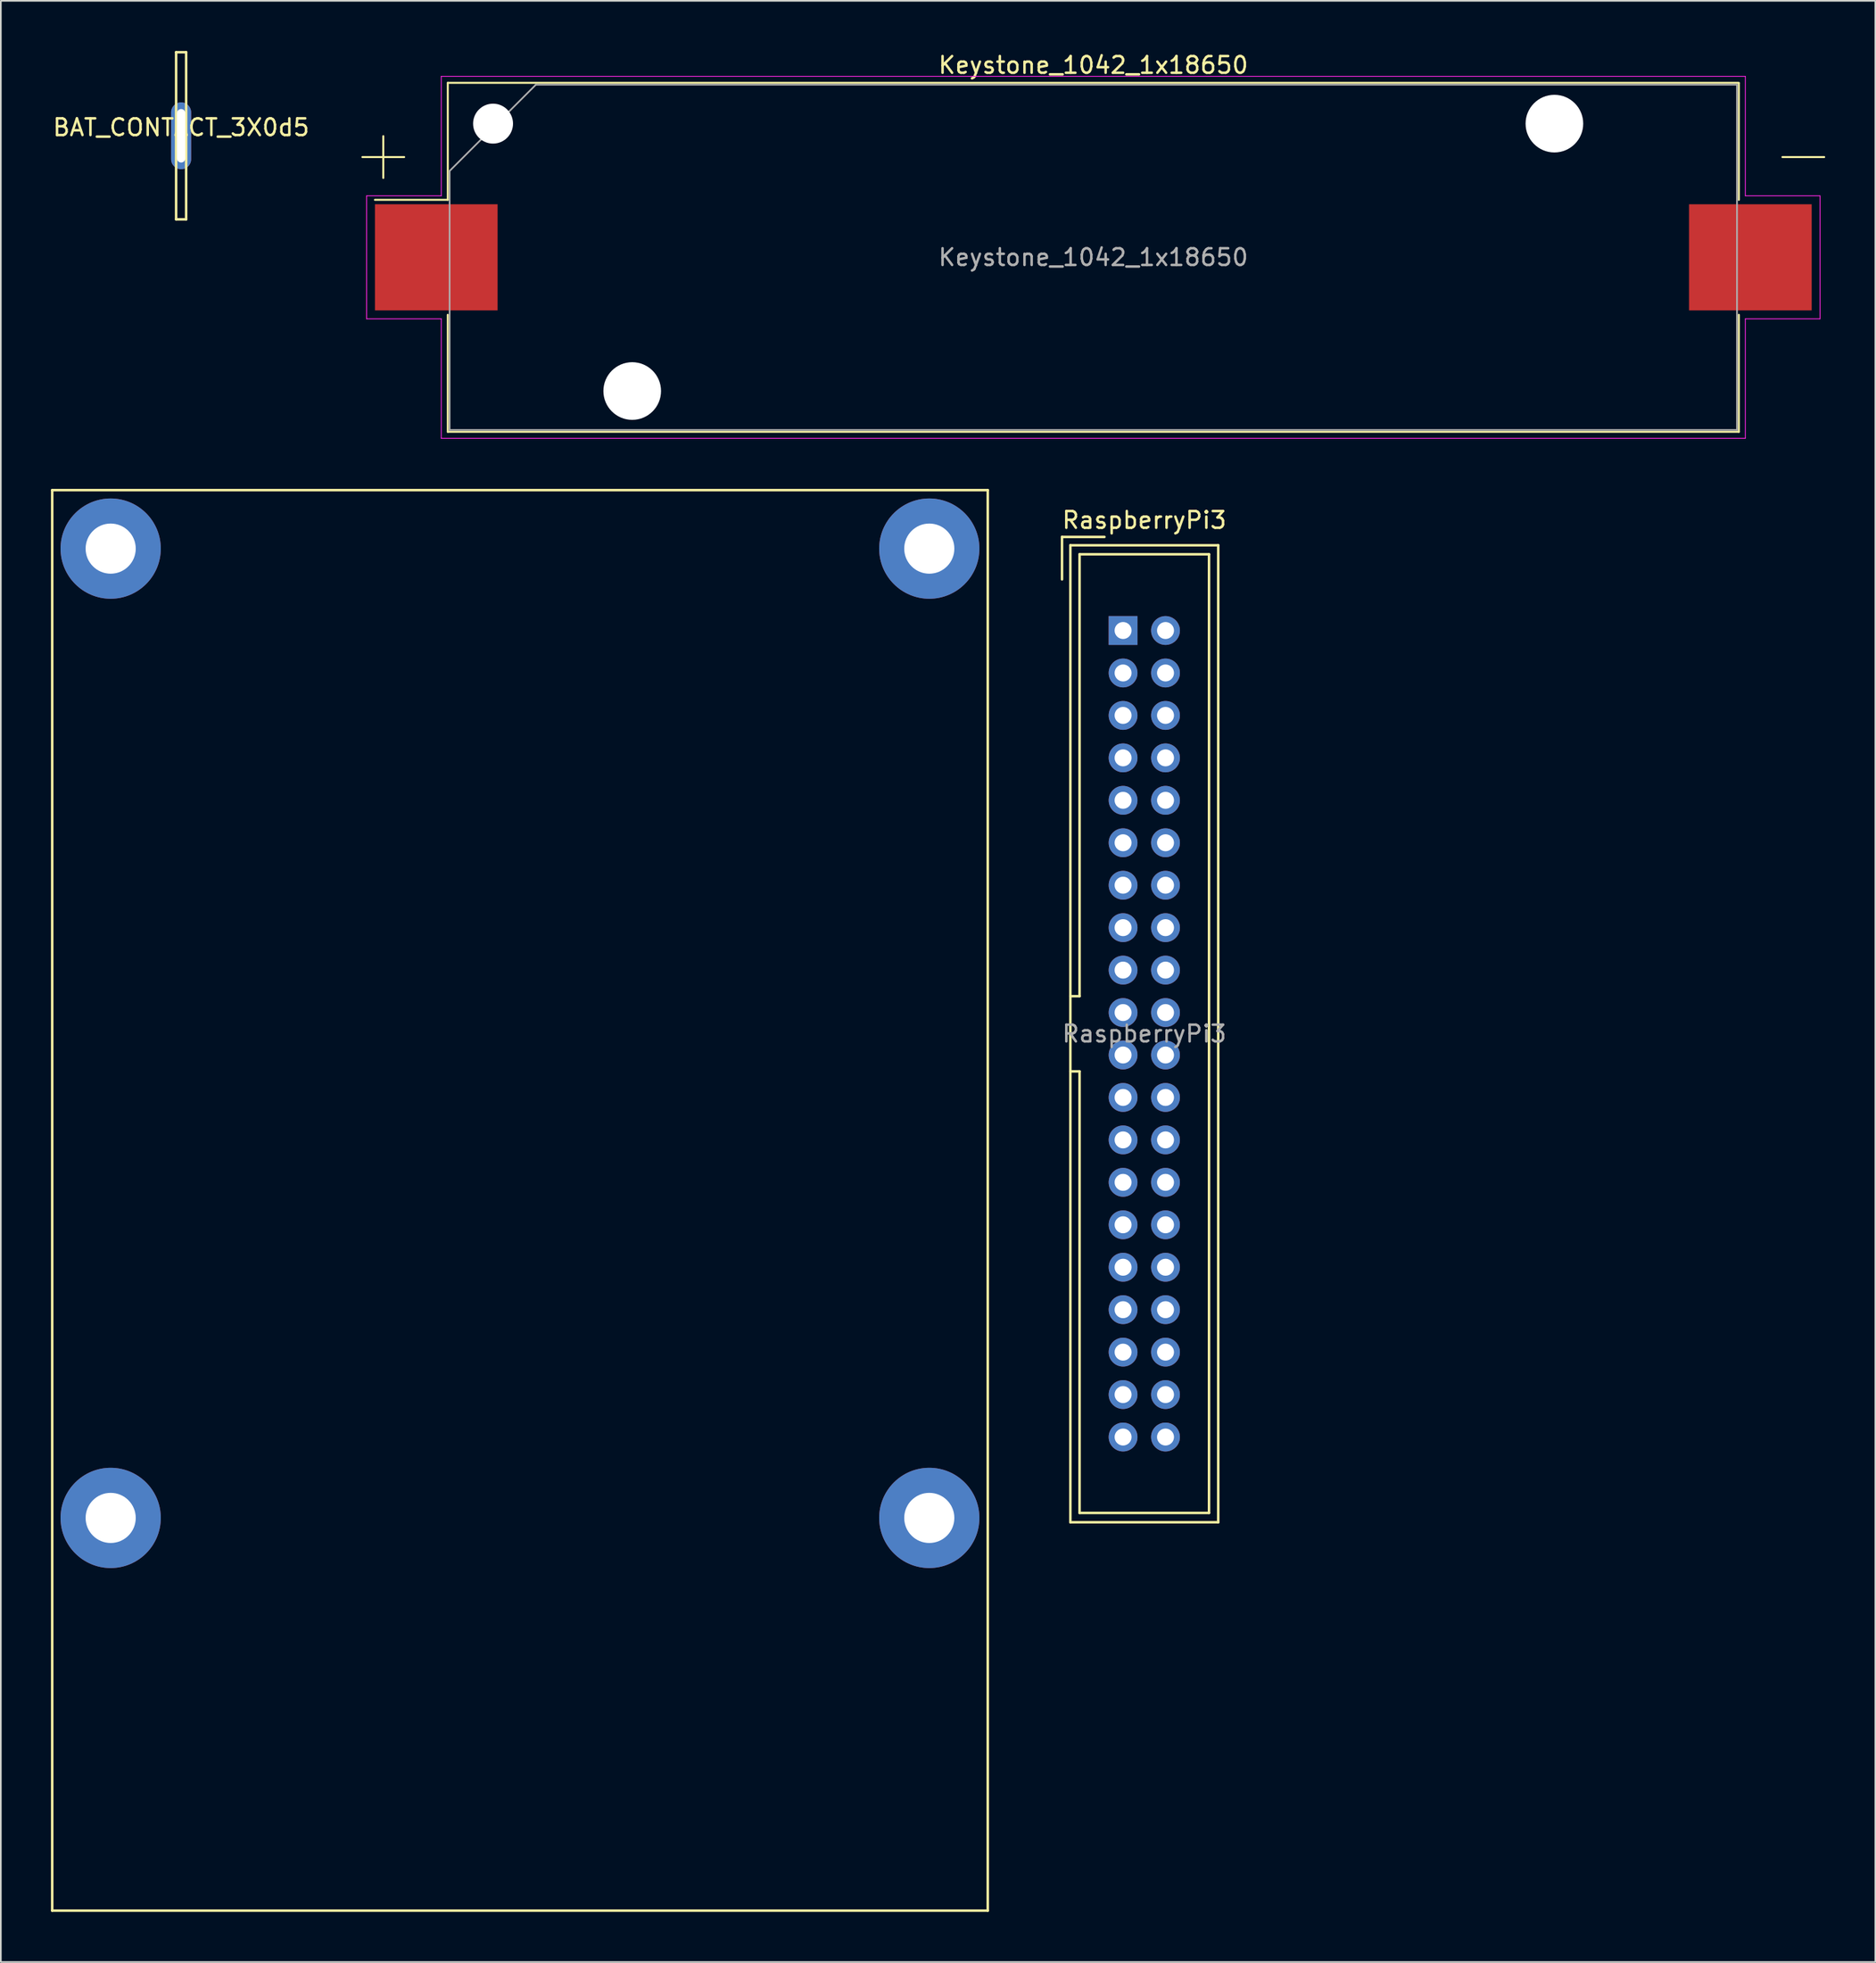
<source format=kicad_pcb>
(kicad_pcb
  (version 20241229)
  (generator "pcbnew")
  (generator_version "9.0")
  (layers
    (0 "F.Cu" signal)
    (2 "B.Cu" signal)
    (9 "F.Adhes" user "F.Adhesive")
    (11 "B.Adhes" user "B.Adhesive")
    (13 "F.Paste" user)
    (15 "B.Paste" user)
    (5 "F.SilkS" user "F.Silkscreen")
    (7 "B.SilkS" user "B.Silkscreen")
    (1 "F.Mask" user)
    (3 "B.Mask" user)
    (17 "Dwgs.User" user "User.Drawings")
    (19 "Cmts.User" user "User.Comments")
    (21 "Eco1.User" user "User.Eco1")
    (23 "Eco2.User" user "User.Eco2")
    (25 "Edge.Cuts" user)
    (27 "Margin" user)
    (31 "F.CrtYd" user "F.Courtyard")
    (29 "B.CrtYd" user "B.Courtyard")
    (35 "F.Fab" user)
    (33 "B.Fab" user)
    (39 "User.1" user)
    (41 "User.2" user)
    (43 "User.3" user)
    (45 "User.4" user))
  (footprint "RaspberryPi3"
    (layer "F.Cu")
    (at 64.175 34.678)
    (property "Reference" "RaspberryPi3" (at 1.27 -6.604 0) (layer "F.SilkS") (effects (font (size 1 1) (thickness 0.15))))
    (attr through_hole)
    (fp_line (start -64.1 -8.4) (end -8.1 -8.4) (stroke (width 0.15) (type solid)) (layer "F.SilkS"))
    (fp_line (start -64.1 76.6) (end -64.1 -8.4) (stroke (width 0.15) (type solid)) (layer "F.SilkS"))
    (fp_line (start -8.1 -8.4) (end -8.1 76.6) (stroke (width 0.15) (type solid)) (layer "F.SilkS"))
    (fp_line (start -8.1 76.6) (end -64.1 76.6) (stroke (width 0.15) (type solid)) (layer "F.SilkS"))
    (fp_line (start -3.655 -5.6) (end -3.655 -3.06) (stroke (width 0.15) (type solid)) (layer "F.SilkS"))
    (fp_line (start -3.655 -5.6) (end -1.115 -5.6) (stroke (width 0.15) (type solid)) (layer "F.SilkS"))
    (fp_line (start -3.155 -5.1) (end -3.155 53.36) (stroke (width 0.15) (type solid)) (layer "F.SilkS"))
    (fp_line (start -2.605 -4.56) (end -2.605 21.88) (stroke (width 0.15) (type solid)) (layer "F.SilkS"))
    (fp_line (start -2.605 21.88) (end -3.155 21.88) (stroke (width 0.15) (type solid)) (layer "F.SilkS"))
    (fp_line (start -2.605 26.38) (end -3.155 26.38) (stroke (width 0.15) (type solid)) (layer "F.SilkS"))
    (fp_line (start -2.605 26.38) (end -2.605 52.8) (stroke (width 0.15) (type solid)) (layer "F.SilkS"))
    (fp_line (start 5.145 -4.56) (end -2.605 -4.56) (stroke (width 0.15) (type solid)) (layer "F.SilkS"))
    (fp_line (start 5.145 -4.56) (end 5.145 52.8) (stroke (width 0.15) (type solid)) (layer "F.SilkS"))
    (fp_line (start 5.145 52.8) (end -2.605 52.8) (stroke (width 0.15) (type solid)) (layer "F.SilkS"))
    (fp_line (start 5.695 -5.1) (end -3.155 -5.1) (stroke (width 0.15) (type solid)) (layer "F.SilkS"))
    (fp_line (start 5.695 -5.1) (end 5.695 53.36) (stroke (width 0.15) (type solid)) (layer "F.SilkS"))
    (fp_line (start 5.695 53.36) (end -3.155 53.36) (stroke (width 0.15) (type solid)) (layer "F.SilkS"))
    (fp_text user "${REFERENCE}" (at 1.27 24.13 0) (layer "F.Fab") (effects (font (size 1 1) (thickness 0.15))))
    (pad "1" thru_hole rect (at 0 0) (size 1.727 1.727) (drill 1.016) (layers "*.Cu" "*.Mask"))
    (pad "2" thru_hole oval (at 2.54 0) (size 1.727 1.727) (drill 1.016) (layers "*.Cu" "*.Mask"))
    (pad "3" thru_hole oval (at 0 2.54) (size 1.727 1.727) (drill 1.016) (layers "*.Cu" "*.Mask"))
    (pad "4" thru_hole oval (at 2.54 2.54) (size 1.727 1.727) (drill 1.016) (layers "*.Cu" "*.Mask"))
    (pad "5" thru_hole oval (at 0 5.08) (size 1.727 1.727) (drill 1.016) (layers "*.Cu" "*.Mask"))
    (pad "6" thru_hole oval (at 2.54 5.08) (size 1.727 1.727) (drill 1.016) (layers "*.Cu" "*.Mask"))
    (pad "7" thru_hole oval (at 0 7.62) (size 1.727 1.727) (drill 1.016) (layers "*.Cu" "*.Mask"))
    (pad "8" thru_hole oval (at 2.54 7.62) (size 1.727 1.727) (drill 1.016) (layers "*.Cu" "*.Mask"))
    (pad "9" thru_hole oval (at 0 10.16) (size 1.727 1.727) (drill 1.016) (layers "*.Cu" "*.Mask"))
    (pad "10" thru_hole oval (at 2.54 10.16) (size 1.727 1.727) (drill 1.016) (layers "*.Cu" "*.Mask"))
    (pad "11" thru_hole oval (at 0 12.7) (size 1.727 1.727) (drill 1.016) (layers "*.Cu" "*.Mask"))
    (pad "12" thru_hole oval (at 2.54 12.7) (size 1.727 1.727) (drill 1.016) (layers "*.Cu" "*.Mask"))
    (pad "13" thru_hole oval (at 0 15.24) (size 1.727 1.727) (drill 1.016) (layers "*.Cu" "*.Mask"))
    (pad "14" thru_hole oval (at 2.54 15.24) (size 1.727 1.727) (drill 1.016) (layers "*.Cu" "*.Mask"))
    (pad "15" thru_hole oval (at 0 17.78) (size 1.727 1.727) (drill 1.016) (layers "*.Cu" "*.Mask"))
    (pad "16" thru_hole oval (at 2.54 17.78) (size 1.727 1.727) (drill 1.016) (layers "*.Cu" "*.Mask"))
    (pad "17" thru_hole oval (at 0 20.32) (size 1.727 1.727) (drill 1.016) (layers "*.Cu" "*.Mask"))
    (pad "18" thru_hole oval (at 2.54 20.32) (size 1.727 1.727) (drill 1.016) (layers "*.Cu" "*.Mask"))
    (pad "19" thru_hole oval (at 0 22.86) (size 1.727 1.727) (drill 1.016) (layers "*.Cu" "*.Mask"))
    (pad "20" thru_hole oval (at 2.54 22.86) (size 1.727 1.727) (drill 1.016) (layers "*.Cu" "*.Mask"))
    (pad "21" thru_hole oval (at 0 25.4) (size 1.727 1.727) (drill 1.016) (layers "*.Cu" "*.Mask"))
    (pad "22" thru_hole oval (at 2.54 25.4) (size 1.727 1.727) (drill 1.016) (layers "*.Cu" "*.Mask"))
    (pad "23" thru_hole oval (at 0 27.94) (size 1.727 1.727) (drill 1.016) (layers "*.Cu" "*.Mask"))
    (pad "24" thru_hole oval (at 2.54 27.94) (size 1.727 1.727) (drill 1.016) (layers "*.Cu" "*.Mask"))
    (pad "25" thru_hole oval (at 0 30.48) (size 1.727 1.727) (drill 1.016) (layers "*.Cu" "*.Mask"))
    (pad "26" thru_hole oval (at 2.54 30.48) (size 1.727 1.727) (drill 1.016) (layers "*.Cu" "*.Mask"))
    (pad "27" thru_hole oval (at 0 33.02) (size 1.727 1.727) (drill 1.016) (layers "*.Cu" "*.Mask"))
    (pad "28" thru_hole oval (at 2.54 33.02) (size 1.727 1.727) (drill 1.016) (layers "*.Cu" "*.Mask"))
    (pad "29" thru_hole oval (at 0 35.56) (size 1.727 1.727) (drill 1.016) (layers "*.Cu" "*.Mask"))
    (pad "30" thru_hole oval (at 2.54 35.56) (size 1.727 1.727) (drill 1.016) (layers "*.Cu" "*.Mask"))
    (pad "31" thru_hole oval (at 0 38.1) (size 1.727 1.727) (drill 1.016) (layers "*.Cu" "*.Mask"))
    (pad "32" thru_hole oval (at 2.54 38.1) (size 1.727 1.727) (drill 1.016) (layers "*.Cu" "*.Mask"))
    (pad "33" thru_hole oval (at 0 40.64) (size 1.727 1.727) (drill 1.016) (layers "*.Cu" "*.Mask"))
    (pad "34" thru_hole oval (at 2.54 40.64) (size 1.727 1.727) (drill 1.016) (layers "*.Cu" "*.Mask"))
    (pad "35" thru_hole oval (at 0 43.18) (size 1.727 1.727) (drill 1.016) (layers "*.Cu" "*.Mask"))
    (pad "36" thru_hole oval (at 2.54 43.18) (size 1.727 1.727) (drill 1.016) (layers "*.Cu" "*.Mask"))
    (pad "37" thru_hole oval (at 0 45.72) (size 1.727 1.727) (drill 1.016) (layers "*.Cu" "*.Mask"))
    (pad "38" thru_hole oval (at 2.54 45.72) (size 1.727 1.727) (drill 1.016) (layers "*.Cu" "*.Mask"))
    (pad "39" thru_hole oval (at 0 48.26) (size 1.727 1.727) (drill 1.016) (layers "*.Cu" "*.Mask"))
    (pad "40" thru_hole oval (at 2.54 48.26) (size 1.727 1.727) (drill 1.016) (layers "*.Cu" "*.Mask"))
    (pad "H" thru_hole circle (at -60.6 -4.9) (size 6 6) (drill 3) (layers "*.Cu" "*.Mask"))
    (pad "H" thru_hole circle (at -60.6 53.1) (size 6 6) (drill 3) (layers "*.Cu" "*.Mask"))
    (pad "H" thru_hole circle (at -11.6 -4.9) (size 6 6) (drill 3) (layers "*.Cu" "*.Mask"))
    (pad "H" thru_hole circle (at -11.6 53.1) (size 6 6) (drill 3) (layers "*.Cu" "*.Mask")))
  (footprint "BAT_CONTACT_3X0d5"
    (layer "F.Cu")
    (at 7.792 5.075)
    (property "Reference" "BAT_CONTACT_3X0d5" (at 0 -0.5 0) (unlocked yes) (layer "F.SilkS") (effects (font (size 1 1) (thickness 0.15))))
    (fp_line (start -0.3 -5) (end 0.3 -5) (stroke (width 0.15) (type solid)) (layer "F.SilkS"))
    (fp_line (start -0.3 0) (end -0.3 -5) (stroke (width 0.15) (type solid)) (layer "F.SilkS"))
    (fp_line (start -0.3 5) (end -0.3 0) (stroke (width 0.15) (type solid)) (layer "F.SilkS"))
    (fp_line (start 0.3 -5) (end 0.3 5) (stroke (width 0.15) (type solid)) (layer "F.SilkS"))
    (fp_line (start 0.3 5) (end -0.3 5) (stroke (width 0.15) (type solid)) (layer "F.SilkS"))
    (pad "1" thru_hole oval (at 0 0) (size 1.2 4) (drill oval 0.5 3.2) (layers "*.Cu" "*.Mask")))
  (footprint "Keystone_1042_1x18650"
    (layer "F.Cu")
    (at 62.393 12.348)
    (property "Reference" "Keystone_1042_1x18650" (at 0 -11.5 0) (layer "F.SilkS") (effects (font (size 1 1) (thickness 0.15))))
    (attr smd)
    (fp_line (start -43.75 -6) (end -41.25 -6) (stroke (width 0.12) (type solid)) (layer "F.SilkS"))
    (fp_line (start -42.5 -4.75) (end -42.5 -7.25) (stroke (width 0.12) (type solid)) (layer "F.SilkS"))
    (fp_line (start -38.64 -10.44) (end -38.64 -3.44) (stroke (width 0.12) (type solid)) (layer "F.SilkS"))
    (fp_line (start -38.64 -3.44) (end -43 -3.44) (stroke (width 0.12) (type solid)) (layer "F.SilkS"))
    (fp_line (start -38.64 10.44) (end -38.64 3.44) (stroke (width 0.12) (type solid)) (layer "F.SilkS"))
    (fp_line (start 38.64 -10.44) (end -38.64 -10.44) (stroke (width 0.12) (type solid)) (layer "F.SilkS"))
    (fp_line (start 38.64 -3.44) (end 38.64 -10.42) (stroke (width 0.12) (type solid)) (layer "F.SilkS"))
    (fp_line (start 38.64 3.44) (end 38.64 10.44) (stroke (width 0.12) (type solid)) (layer "F.SilkS"))
    (fp_line (start 38.64 10.44) (end -38.64 10.44) (stroke (width 0.12) (type solid)) (layer "F.SilkS"))
    (fp_line (start 43.75 -6) (end 41.25 -6) (stroke (width 0.12) (type solid)) (layer "F.SilkS"))
    (fp_line (start -43.5 -3.68) (end -39.03 -3.68) (stroke (width 0.05) (type solid)) (layer "F.CrtYd"))
    (fp_line (start -43.5 3.68) (end -43.5 -3.68) (stroke (width 0.05) (type solid)) (layer "F.CrtYd"))
    (fp_line (start -39.03 -10.83) (end -39.03 -3.68) (stroke (width 0.05) (type solid)) (layer "F.CrtYd"))
    (fp_line (start -39.03 -10.83) (end 39.03 -10.83) (stroke (width 0.05) (type solid)) (layer "F.CrtYd"))
    (fp_line (start -39.03 3.68) (end -43.5 3.68) (stroke (width 0.05) (type solid)) (layer "F.CrtYd"))
    (fp_line (start -39.03 10.83) (end -39.03 3.68) (stroke (width 0.05) (type solid)) (layer "F.CrtYd"))
    (fp_line (start -39.03 10.83) (end 39.03 10.83) (stroke (width 0.05) (type solid)) (layer "F.CrtYd"))
    (fp_line (start 39.03 -10.83) (end 39.03 -3.68) (stroke (width 0.05) (type solid)) (layer "F.CrtYd"))
    (fp_line (start 39.03 3.68) (end 43.5 3.68) (stroke (width 0.05) (type solid)) (layer "F.CrtYd"))
    (fp_line (start 39.03 10.83) (end 39.03 3.68) (stroke (width 0.05) (type solid)) (layer "F.CrtYd"))
    (fp_line (start 43.5 -3.68) (end 39.03 -3.68) (stroke (width 0.05) (type solid)) (layer "F.CrtYd"))
    (fp_line (start 43.5 3.68) (end 43.5 -3.68) (stroke (width 0.05) (type solid)) (layer "F.CrtYd"))
    (fp_line (start -38.53 -5.168) (end -38.53 10.33) (stroke (width 0.1) (type solid)) (layer "F.Fab"))
    (fp_line (start -38.53 10.33) (end 38.53 10.33) (stroke (width 0.1) (type solid)) (layer "F.Fab"))
    (fp_line (start -33.367 -10.33) (end -38.53 -5.168) (stroke (width 0.1) (type solid)) (layer "F.Fab"))
    (fp_line (start -33.367 -10.33) (end 38.53 -10.33) (stroke (width 0.1) (type solid)) (layer "F.Fab"))
    (fp_line (start 38.53 -10.33) (end 38.53 10.33) (stroke (width 0.1) (type solid)) (layer "F.Fab"))
    (fp_text user "${REFERENCE}" (at 0 0 0) (layer "F.Fab") (effects (font (size 1 1) (thickness 0.15))))
    (pad "" np_thru_hole circle (at -35.93 -8) (size 2.39 2.39) (drill 2.39) (layers "*.Cu" "*.Mask"))
    (pad "" np_thru_hole circle (at -27.6 8) (size 3.45 3.45) (drill 3.45) (layers "*.Cu" "*.Mask"))
    (pad "" np_thru_hole circle (at 27.6 -8) (size 3.45 3.45) (drill 3.45) (layers "*.Cu" "*.Mask"))
    (pad "A" smd rect (at -39.33 0) (size 7.34 6.35) (layers "F.Cu" "F.Mask" "F.Paste"))
    (pad "C" smd rect (at 39.33 0) (size 7.34 6.35) (layers "F.Cu" "F.Mask" "F.Paste")))
  (gr_rect
    (start -3 -3)
    (end 109.203 114.353)
    (stroke (width 0.1) (type default))
    (fill no)
    (layer "Edge.Cuts")))
</source>
